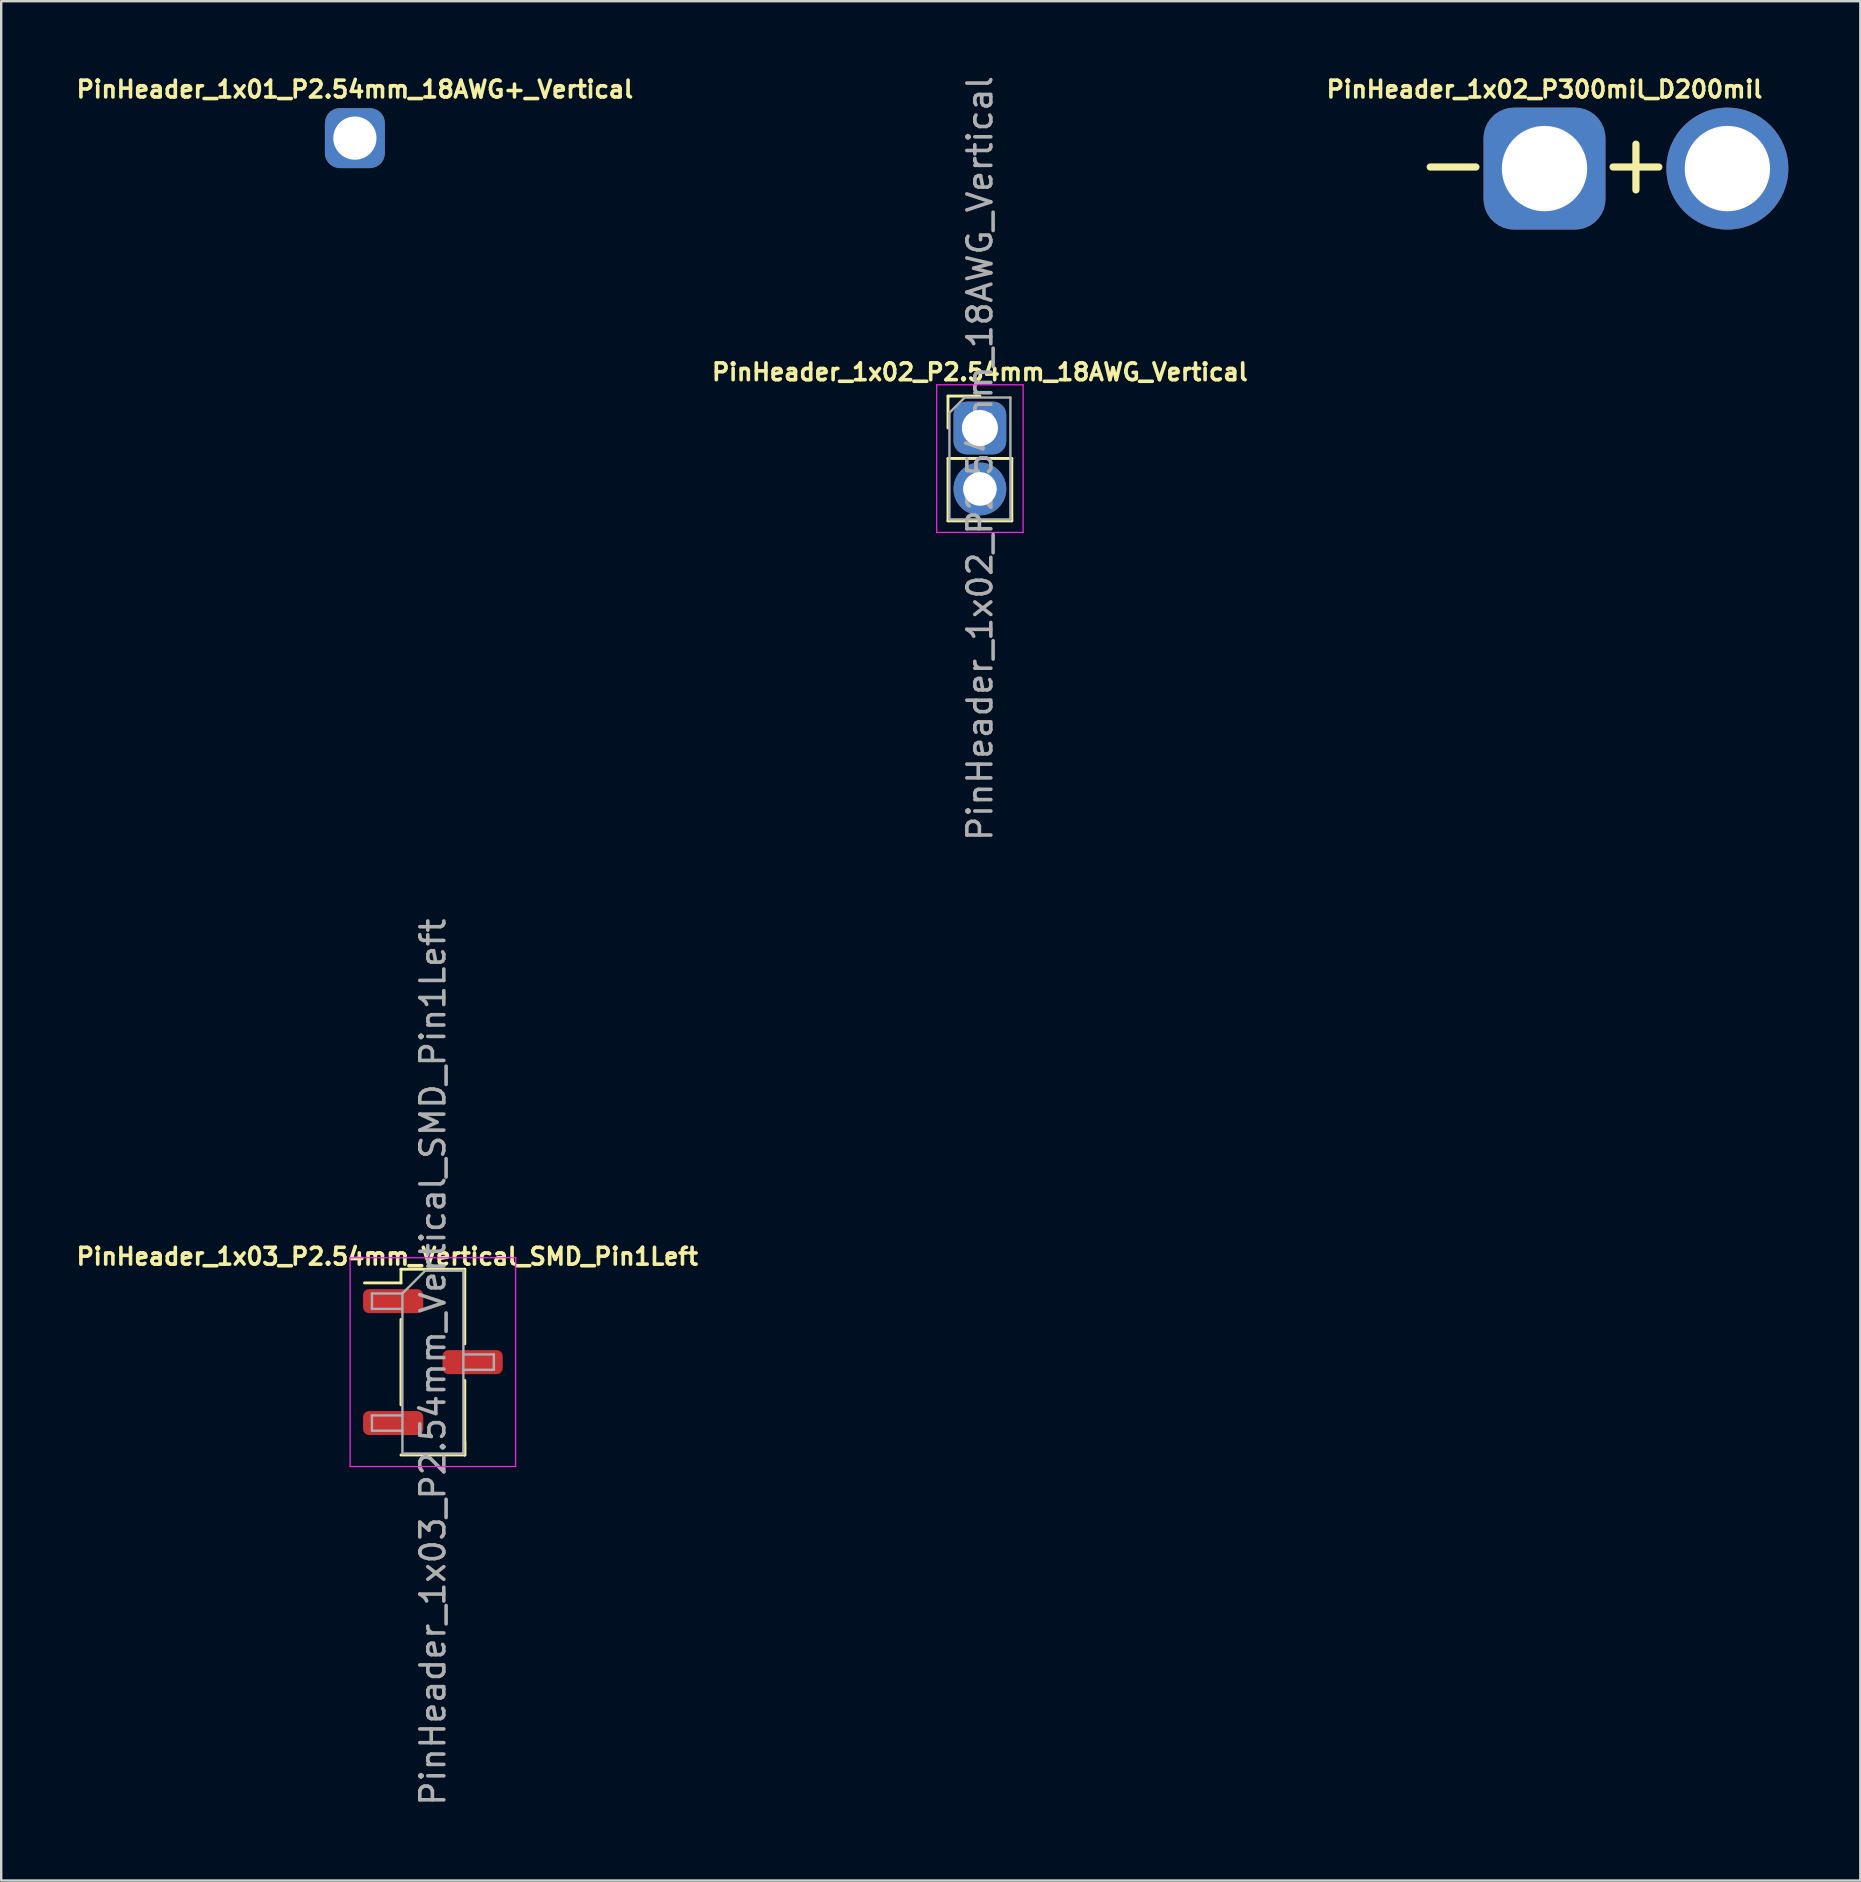
<source format=kicad_pcb>
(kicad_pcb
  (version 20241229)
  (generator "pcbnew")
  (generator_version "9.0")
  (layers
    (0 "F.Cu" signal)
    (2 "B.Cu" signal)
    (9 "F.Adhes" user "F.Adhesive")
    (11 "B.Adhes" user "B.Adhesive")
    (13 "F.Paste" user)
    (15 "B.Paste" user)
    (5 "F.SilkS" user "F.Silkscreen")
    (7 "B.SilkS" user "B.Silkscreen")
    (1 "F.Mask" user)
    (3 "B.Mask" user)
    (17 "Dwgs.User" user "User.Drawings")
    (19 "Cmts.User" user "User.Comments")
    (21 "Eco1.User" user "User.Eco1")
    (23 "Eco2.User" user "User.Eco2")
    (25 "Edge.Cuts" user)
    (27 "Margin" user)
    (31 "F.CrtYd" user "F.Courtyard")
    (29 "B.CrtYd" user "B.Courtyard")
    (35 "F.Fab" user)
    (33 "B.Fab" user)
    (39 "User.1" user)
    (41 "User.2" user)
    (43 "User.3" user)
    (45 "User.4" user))
  (footprint "PinHeader_1x03_P2.54mm_Vertical_SMD_Pin1Left"
    (layer "F.Cu")
    (at 14.988 53.708)
    (property "Reference" "PinHeader_1x03_P2.54mm_Vertical_SMD_Pin1Left" (at -1.9 -4.4 0) (layer "F.SilkS") (effects (font (size 0.7 0.7) (thickness 0.15))))
    (attr smd)
    (fp_line (start -1.33 -3.87) (end -1.33 -3.3) (stroke (width 0.12) (type solid)) (layer "F.SilkS"))
    (fp_line (start -1.33 -3.87) (end 1.33 -3.87) (stroke (width 0.12) (type solid)) (layer "F.SilkS"))
    (fp_line (start -1.33 -3.3) (end -2.85 -3.3) (stroke (width 0.12) (type solid)) (layer "F.SilkS"))
    (fp_line (start -1.33 -1.78) (end -1.33 1.78) (stroke (width 0.12) (type solid)) (layer "F.SilkS"))
    (fp_line (start -1.33 3.87) (end 1.33 3.87) (stroke (width 0.12) (type solid)) (layer "F.SilkS"))
    (fp_line (start 1.33 -3.87) (end 1.33 -0.76) (stroke (width 0.12) (type solid)) (layer "F.SilkS"))
    (fp_line (start 1.33 0.76) (end 1.33 3.87) (stroke (width 0.12) (type solid)) (layer "F.SilkS"))
    (fp_line (start 1.33 3.3) (end 1.33 3.87) (stroke (width 0.12) (type solid)) (layer "F.SilkS"))
    (fp_line (start -3.45 -4.35) (end -3.45 4.35) (stroke (width 0.05) (type solid)) (layer "F.CrtYd"))
    (fp_line (start -3.45 4.35) (end 3.45 4.35) (stroke (width 0.05) (type solid)) (layer "F.CrtYd"))
    (fp_line (start 3.45 -4.35) (end -3.45 -4.35) (stroke (width 0.05) (type solid)) (layer "F.CrtYd"))
    (fp_line (start 3.45 4.35) (end 3.45 -4.35) (stroke (width 0.05) (type solid)) (layer "F.CrtYd"))
    (fp_line (start -2.54 -2.86) (end -2.54 -2.22) (stroke (width 0.1) (type solid)) (layer "F.Fab"))
    (fp_line (start -2.54 -2.22) (end -1.27 -2.22) (stroke (width 0.1) (type solid)) (layer "F.Fab"))
    (fp_line (start -2.54 2.22) (end -2.54 2.86) (stroke (width 0.1) (type solid)) (layer "F.Fab"))
    (fp_line (start -2.54 2.86) (end -1.27 2.86) (stroke (width 0.1) (type solid)) (layer "F.Fab"))
    (fp_line (start -1.27 -2.86) (end -2.54 -2.86) (stroke (width 0.1) (type solid)) (layer "F.Fab"))
    (fp_line (start -1.27 -2.86) (end -0.32 -3.81) (stroke (width 0.1) (type solid)) (layer "F.Fab"))
    (fp_line (start -1.27 2.22) (end -2.54 2.22) (stroke (width 0.1) (type solid)) (layer "F.Fab"))
    (fp_line (start -1.27 3.81) (end -1.27 -2.86) (stroke (width 0.1) (type solid)) (layer "F.Fab"))
    (fp_line (start -0.32 -3.81) (end 1.27 -3.81) (stroke (width 0.1) (type solid)) (layer "F.Fab"))
    (fp_line (start 1.27 -3.81) (end 1.27 3.81) (stroke (width 0.1) (type solid)) (layer "F.Fab"))
    (fp_line (start 1.27 -0.32) (end 2.54 -0.32) (stroke (width 0.1) (type solid)) (layer "F.Fab"))
    (fp_line (start 1.27 3.81) (end -1.27 3.81) (stroke (width 0.1) (type solid)) (layer "F.Fab"))
    (fp_line (start 2.54 -0.32) (end 2.54 0.32) (stroke (width 0.1) (type solid)) (layer "F.Fab"))
    (fp_line (start 2.54 0.32) (end 1.27 0.32) (stroke (width 0.1) (type solid)) (layer "F.Fab"))
    (fp_text user "${REFERENCE}" (at 0 0 90) (layer "F.Fab") (effects (font (size 1 1) (thickness 0.15))))
    (pad "1" smd roundrect (at -1.655 -2.54) (size 2.51 1) (layers "F.Cu" "F.Mask" "F.Paste") (roundrect_rratio 0.25))
    (pad "2" smd roundrect (at 1.655 0) (size 2.51 1) (layers "F.Cu" "F.Mask" "F.Paste") (roundrect_rratio 0.25))
    (pad "3" smd roundrect (at -1.655 2.54) (size 2.51 1) (layers "F.Cu" "F.Mask" "F.Paste") (roundrect_rratio 0.25)))
  (footprint "PinHeader_1x02_P2.54mm_18AWG_Vertical"
    (layer "F.Cu")
    (at 37.782 14.784)
    (property "Reference" "PinHeader_1x02_P2.54mm_18AWG_Vertical" (at 0 -2.33 0) (layer "F.SilkS") (effects (font (size 0.7 0.7) (thickness 0.15))))
    (attr through_hole)
    (fp_line (start -1.33 -1.33) (end 0 -1.33) (stroke (width 0.12) (type solid)) (layer "F.SilkS"))
    (fp_line (start -1.33 0) (end -1.33 -1.33) (stroke (width 0.12) (type solid)) (layer "F.SilkS"))
    (fp_line (start -1.33 1.27) (end -1.33 3.87) (stroke (width 0.12) (type solid)) (layer "F.SilkS"))
    (fp_line (start -1.33 1.27) (end 1.33 1.27) (stroke (width 0.12) (type solid)) (layer "F.SilkS"))
    (fp_line (start -1.33 3.87) (end 1.33 3.87) (stroke (width 0.12) (type solid)) (layer "F.SilkS"))
    (fp_line (start 1.33 1.27) (end 1.33 3.87) (stroke (width 0.12) (type solid)) (layer "F.SilkS"))
    (fp_line (start -1.8 -1.8) (end -1.8 4.35) (stroke (width 0.05) (type solid)) (layer "F.CrtYd"))
    (fp_line (start -1.8 4.35) (end 1.8 4.35) (stroke (width 0.05) (type solid)) (layer "F.CrtYd"))
    (fp_line (start 1.8 -1.8) (end -1.8 -1.8) (stroke (width 0.05) (type solid)) (layer "F.CrtYd"))
    (fp_line (start 1.8 4.35) (end 1.8 -1.8) (stroke (width 0.05) (type solid)) (layer "F.CrtYd"))
    (fp_line (start -1.27 -0.635) (end -0.635 -1.27) (stroke (width 0.1) (type solid)) (layer "F.Fab"))
    (fp_line (start -1.27 3.81) (end -1.27 -0.635) (stroke (width 0.1) (type solid)) (layer "F.Fab"))
    (fp_line (start -0.635 -1.27) (end 1.27 -1.27) (stroke (width 0.1) (type solid)) (layer "F.Fab"))
    (fp_line (start 1.27 -1.27) (end 1.27 3.81) (stroke (width 0.1) (type solid)) (layer "F.Fab"))
    (fp_line (start 1.27 3.81) (end -1.27 3.81) (stroke (width 0.1) (type solid)) (layer "F.Fab"))
    (fp_text user "${REFERENCE}" (at 0 1.27 90) (layer "F.Fab") (effects (font (size 1 1) (thickness 0.15))))
    (pad "1" thru_hole roundrect (at 0 0) (size 2.2 2.2) (drill 1.5) (layers "*.Cu" "*.Mask") (roundrect_rratio 0.25))
    (pad "2" thru_hole oval (at 0 2.54) (size 2.2 2.2) (drill 1.4) (layers "*.Cu" "*.Mask")))
  (footprint "PinHeader_1x02_P300mil_D200mil"
    (layer "F.Cu")
    (at 65.118 3.975)
    (property "Reference" "PinHeader_1x02_P300mil_D200mil" (at -3.81 -3.302 0) (layer "F.SilkS") (effects (font (size 0.7 0.7) (thickness 0.15))))
    (attr through_hole)
    (fp_text user "+" (at 0 -0.254 0) (layer "F.SilkS") (effects (font (size 2.5 2.5) (thickness 0.3))))
    (fp_text user "-" (at -7.62 -0.254 0) (layer "F.SilkS") (effects (font (size 2.5 2.5) (thickness 0.3))))
    (pad "1" thru_hole roundrect (at -3.81 0) (size 5.08 5.08) (drill 3.556) (layers "*.Cu" "*.Mask") (roundrect_rratio 0.25))
    (pad "2" thru_hole circle (at 3.81 0) (size 5.08 5.08) (drill 3.556) (layers "*.Cu" "*.Mask")))
  (footprint "PinHeader_1x01_P2.54mm_18AWG+_Vertical"
    (layer "F.Cu")
    (at 11.738 2.705)
    (property "Reference" "PinHeader_1x01_P2.54mm_18AWG+_Vertical" (at 0 -2.032 0) (layer "F.SilkS") (effects (font (size 0.7 0.7) (thickness 0.15))))
    (attr through_hole)
    (pad "1" thru_hole roundrect (at 0 0) (size 2.5 2.5) (drill 1.8) (layers "*.Cu" "*.Mask") (roundrect_rratio 0.25)))
  (gr_rect
    (start -3 -3)
    (end 74.468 75.31)
    (stroke (width 0.1) (type default))
    (fill no)
    (layer "Edge.Cuts")))
</source>
